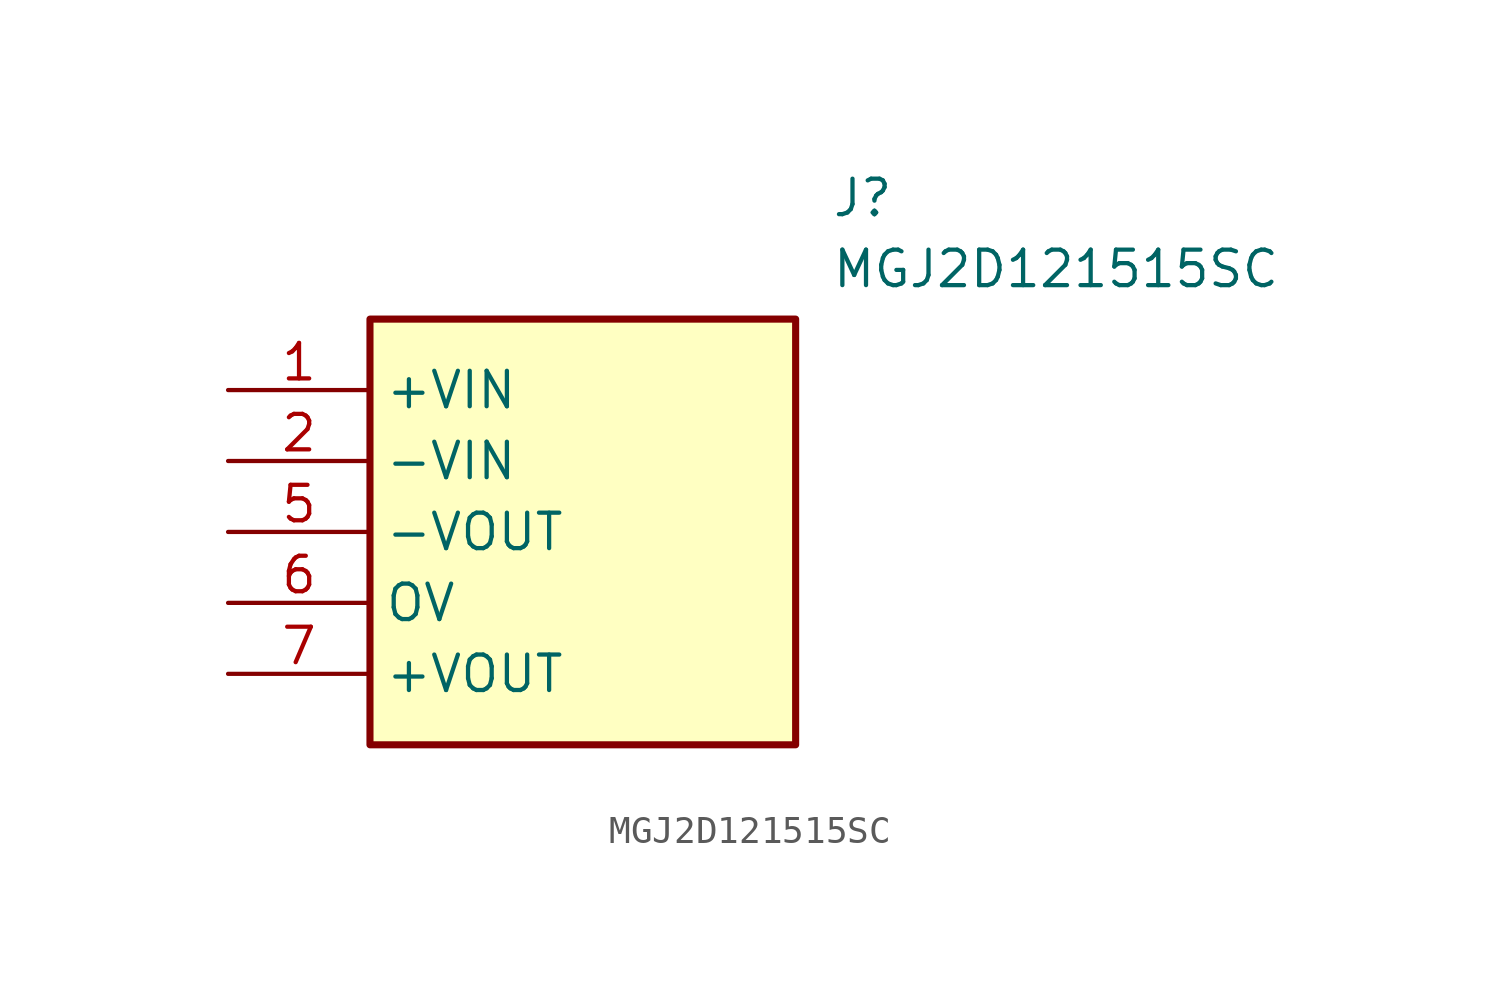
<source format=kicad_sym>
(kicad_symbol_lib
  (version 20211014)
  (generator SamacSys_ECAD_Model)
  (symbol "MGJ2D121515SC"
    (property "Reference" "J"
      (at 21.59 7.62 0)
      (effects (font (size 1.27 1.27)) (justify left top)))
    (property "Value" "MGJ2D121515SC"
      (at 21.59 5.08 0)
      (effects (font (size 1.27 1.27)) (justify left top)))
    (rectangle
      (start 5.08 2.54)
      (end 20.32 -12.7)
      (stroke (width 0.254) (type default))
      (fill (type background)))
    (pin passive line
      (at 0 0 0)
      (length 5.08)
      (name "+VIN" (effects (font (size 1.27 1.27))))
      (number "1" (effects (font (size 1.27 1.27)))))
    (pin passive line
      (at 0 -2.54 0)
      (length 5.08)
      (name "-VIN" (effects (font (size 1.27 1.27))))
      (number "2" (effects (font (size 1.27 1.27)))))
    (pin passive line
      (at 0 -5.08 0)
      (length 5.08)
      (name "-VOUT" (effects (font (size 1.27 1.27))))
      (number "5" (effects (font (size 1.27 1.27)))))
    (pin passive line
      (at 0 -7.62 0)
      (length 5.08)
      (name "OV" (effects (font (size 1.27 1.27))))
      (number "6" (effects (font (size 1.27 1.27)))))
    (pin passive line
      (at 0 -10.16 0)
      (length 5.08)
      (name "+VOUT" (effects (font (size 1.27 1.27))))
      (number "7" (effects (font (size 1.27 1.27)))))))
</source>
